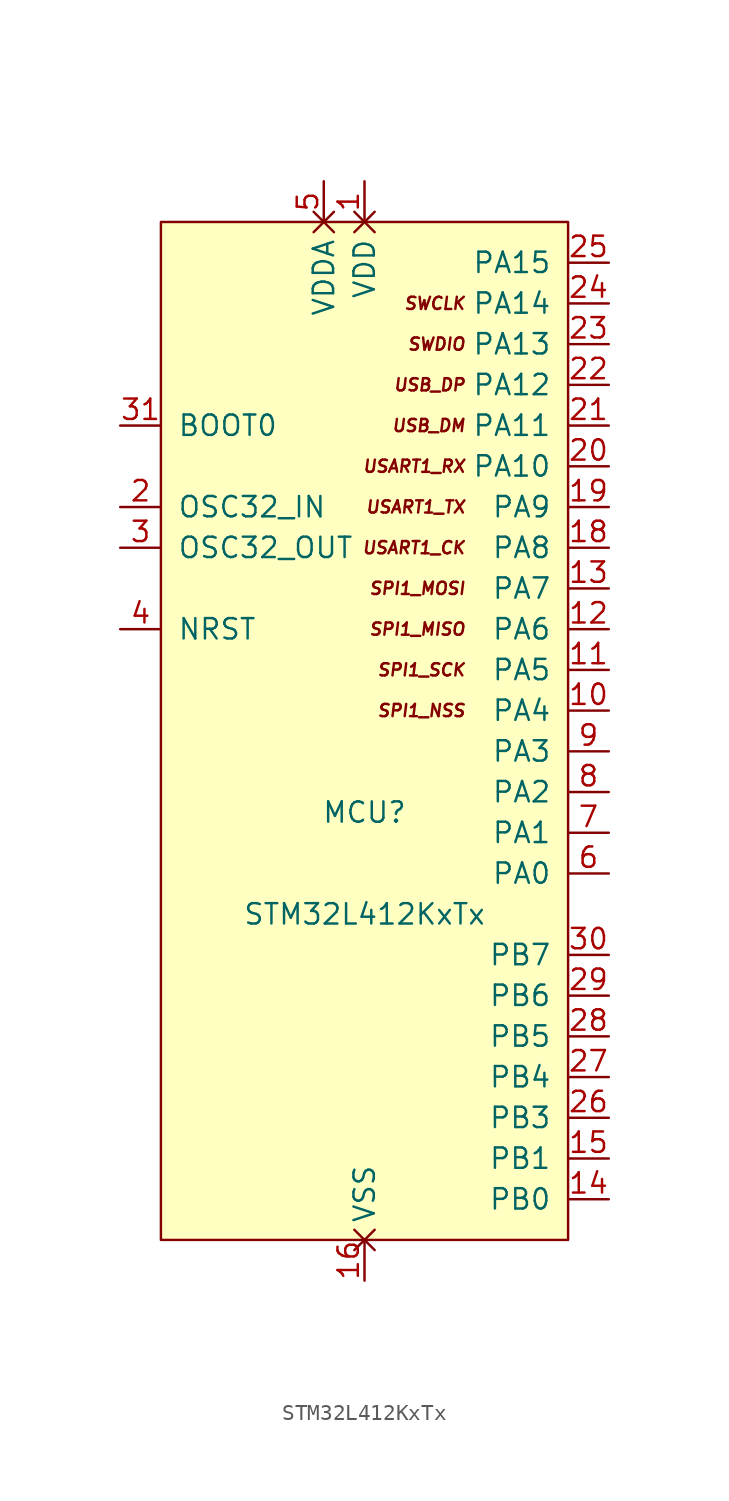
<source format=kicad_sym>
(kicad_symbol_lib
  (version 20211014)
  (generator kicad_symbol_editor)
  (symbol "STM32L412KxTx"
    (pin_names
      (offset 1.016))
    (property "Reference" "MCU"
      (at 12.7 26.67 0)
      (effects (font (size 1.27 1.27))))
    (property "Value" "STM32L412KxTx"
      (at 12.7 20.32 0)
      (effects (font (size 1.27 1.27))))
    (symbol "STM32L412KxTx_0_0"
      (text "USART1_RX" (at 19.05 48.26 0) (effects (font (size 0.762 0.762) italic) (justify right))))
    (symbol "STM32L412KxTx_0_1"
      (rectangle (start 0 63.5) (end 25.4 0) (stroke (width 0) (type default) (color 0 0 0 0)) (fill (type background))))
    (symbol "STM32L412KxTx_1_1"
      (rectangle (start 25.4 16.51) (end 25.4 16.51) (stroke (width 0) (type default) (color 0 0 0 0)) (fill (type none)))
      (text "SPI1_MISO" (at 19.05 38.1 0) (effects (font (size 0.762 0.762) italic) (justify right)))
      (text "SPI1_MOSI" (at 19.05 40.64 0) (effects (font (size 0.762 0.762) italic) (justify right)))
      (text "SPI1_NSS" (at 19.05 33.02 0) (effects (font (size 0.762 0.762) italic) (justify right)))
      (text "SPI1_SCK" (at 19.05 35.56 0) (effects (font (size 0.762 0.762) italic) (justify right)))
      (text "SWCLK" (at 19.05 58.42 0) (effects (font (size 0.762 0.762) italic) (justify right)))
      (text "SWDIO" (at 19.05 55.88 0) (effects (font (size 0.762 0.762) italic) (justify right)))
      (text "USART1_CK" (at 19.05 43.18 0) (effects (font (size 0.762 0.762) italic) (justify right)))
      (text "USART1_TX" (at 19.05 45.72 0) (effects (font (size 0.762 0.762) italic) (justify right)))
      (text "USB_DM" (at 19.05 50.8 0) (effects (font (size 0.762 0.762) italic) (justify right)))
      (text "USB_DP" (at 19.05 53.34 0) (effects (font (size 0.762 0.762) italic) (justify right)))
      (pin power_in non_logic (at 12.7 66.04 270) (length 2.54) (name "VDD" (effects (font (size 1.27 1.27)))) (number "1" (effects (font (size 1.27 1.27)))))
      (pin passive line (at 27.94 33.02 180) (length 2.54) (name "PA4" (effects (font (size 1.27 1.27)))) (number "10" (effects (font (size 1.27 1.27)))))
      (pin passive line (at 27.94 35.56 180) (length 2.54) (name "PA5" (effects (font (size 1.27 1.27)))) (number "11" (effects (font (size 1.27 1.27)))))
      (pin passive line (at 27.94 38.1 180) (length 2.54) (name "PA6" (effects (font (size 1.27 1.27)))) (number "12" (effects (font (size 1.27 1.27)))))
      (pin passive line (at 27.94 40.64 180) (length 2.54) (name "PA7" (effects (font (size 1.27 1.27)))) (number "13" (effects (font (size 1.27 1.27)))))
      (pin passive line (at 27.94 2.54 180) (length 2.54) (name "PB0" (effects (font (size 1.27 1.27)))) (number "14" (effects (font (size 1.27 1.27)))))
      (pin passive line (at 27.94 5.08 180) (length 2.54) (name "PB1" (effects (font (size 1.27 1.27)))) (number "15" (effects (font (size 1.27 1.27)))))
      (pin power_in non_logic (at 12.7 -2.54 90) (length 2.54) (name "VSS" (effects (font (size 1.27 1.27)))) (number "16" (effects (font (size 1.27 1.27)))))
      (pin power_in non_logic (at 12.7 66.04 270) (length 2.54) hide (name "VDD" (effects (font (size 1.27 1.27)))) (number "17" (effects (font (size 1.27 1.27)))))
      (pin passive line (at 27.94 43.18 180) (length 2.54) (name "PA8" (effects (font (size 1.27 1.27)))) (number "18" (effects (font (size 1.27 1.27)))))
      (pin passive line (at 27.94 45.72 180) (length 2.54) (name "PA9" (effects (font (size 1.27 1.27)))) (number "19" (effects (font (size 1.27 1.27)))))
      (pin passive line (at -2.54 45.72 0) (length 2.54) (name "OSC32_IN" (effects (font (size 1.27 1.27)))) (number "2" (effects (font (size 1.27 1.27)))))
      (pin passive line (at 27.94 48.26 180) (length 2.54) (name "PA10" (effects (font (size 1.27 1.27)))) (number "20" (effects (font (size 1.27 1.27)))))
      (pin passive line (at 27.94 50.8 180) (length 2.54) (name "PA11" (effects (font (size 1.27 1.27)))) (number "21" (effects (font (size 1.27 1.27)))))
      (pin passive line (at 27.94 53.34 180) (length 2.54) (name "PA12" (effects (font (size 1.27 1.27)))) (number "22" (effects (font (size 1.27 1.27)))))
      (pin passive line (at 27.94 55.88 180) (length 2.54) (name "PA13" (effects (font (size 1.27 1.27)))) (number "23" (effects (font (size 1.27 1.27)))))
      (pin passive line (at 27.94 58.42 180) (length 2.54) (name "PA14" (effects (font (size 1.27 1.27)))) (number "24" (effects (font (size 1.27 1.27)))))
      (pin passive line (at 27.94 60.96 180) (length 2.54) (name "PA15" (effects (font (size 1.27 1.27)))) (number "25" (effects (font (size 1.27 1.27)))))
      (pin passive line (at 27.94 7.62 180) (length 2.54) (name "PB3" (effects (font (size 1.27 1.27)))) (number "26" (effects (font (size 1.27 1.27)))))
      (pin passive line (at 27.94 10.16 180) (length 2.54) (name "PB4" (effects (font (size 1.27 1.27)))) (number "27" (effects (font (size 1.27 1.27)))))
      (pin passive line (at 27.94 12.7 180) (length 2.54) (name "PB5" (effects (font (size 1.27 1.27)))) (number "28" (effects (font (size 1.27 1.27)))))
      (pin passive line (at 27.94 15.24 180) (length 2.54) (name "PB6" (effects (font (size 1.27 1.27)))) (number "29" (effects (font (size 1.27 1.27)))))
      (pin passive line (at -2.54 43.18 0) (length 2.54) (name "OSC32_OUT" (effects (font (size 1.27 1.27)))) (number "3" (effects (font (size 1.27 1.27)))))
      (pin passive line (at 27.94 17.78 180) (length 2.54) (name "PB7" (effects (font (size 1.27 1.27)))) (number "30" (effects (font (size 1.27 1.27)))))
      (pin passive line (at -2.54 50.8 0) (length 2.54) (name "BOOT0" (effects (font (size 1.27 1.27)))) (number "31" (effects (font (size 1.27 1.27)))))
      (pin power_in non_logic (at 12.7 -2.54 90) (length 2.54) hide (name "VSS" (effects (font (size 1.27 1.27)))) (number "32" (effects (font (size 1.27 1.27)))))
      (pin passive line (at -2.54 38.1 0) (length 2.54) (name "NRST" (effects (font (size 1.27 1.27)))) (number "4" (effects (font (size 1.27 1.27)))))
      (pin power_in non_logic (at 10.16 66.04 270) (length 2.54) (name "VDDA" (effects (font (size 1.27 1.27)))) (number "5" (effects (font (size 1.27 1.27)))))
      (pin passive line (at 27.94 22.86 180) (length 2.54) (name "PA0" (effects (font (size 1.27 1.27)))) (number "6" (effects (font (size 1.27 1.27)))))
      (pin passive line (at 27.94 25.4 180) (length 2.54) (name "PA1" (effects (font (size 1.27 1.27)))) (number "7" (effects (font (size 1.27 1.27)))))
      (pin passive line (at 27.94 27.94 180) (length 2.54) (name "PA2" (effects (font (size 1.27 1.27)))) (number "8" (effects (font (size 1.27 1.27)))))
      (pin passive line (at 27.94 30.48 180) (length 2.54) (name "PA3" (effects (font (size 1.27 1.27)))) (number "9" (effects (font (size 1.27 1.27))))))))
</source>
